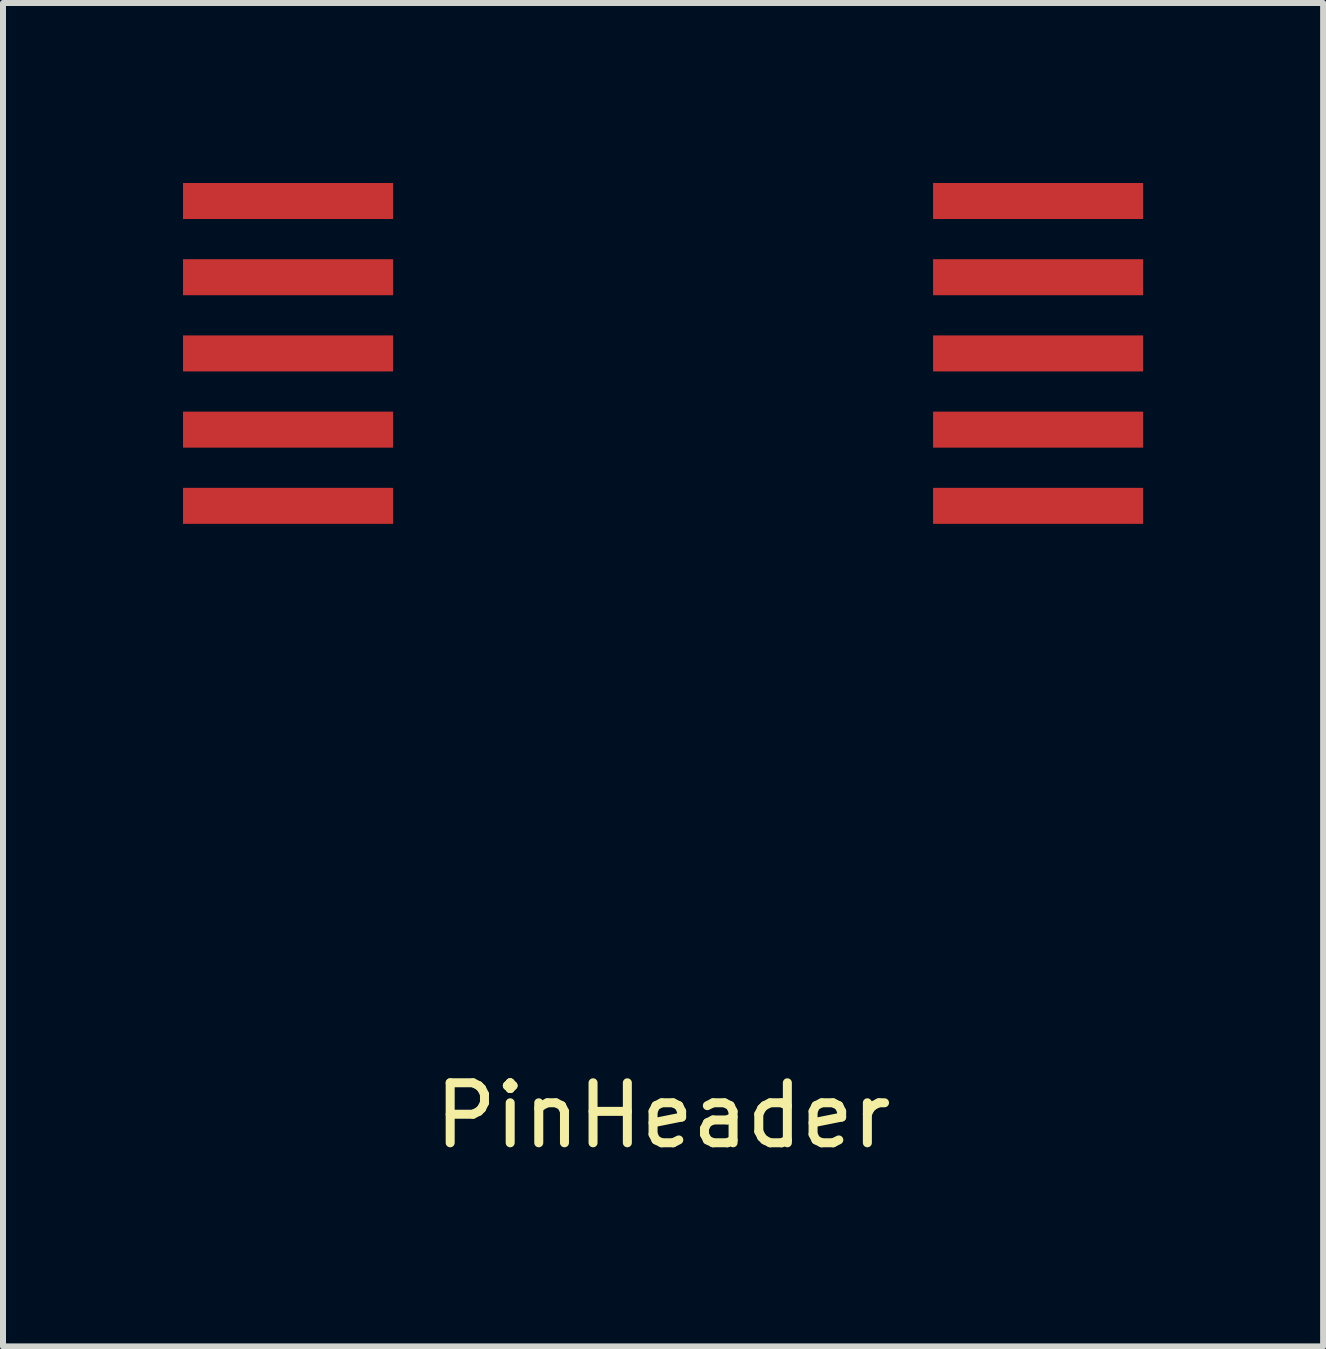
<source format=kicad_pcb>
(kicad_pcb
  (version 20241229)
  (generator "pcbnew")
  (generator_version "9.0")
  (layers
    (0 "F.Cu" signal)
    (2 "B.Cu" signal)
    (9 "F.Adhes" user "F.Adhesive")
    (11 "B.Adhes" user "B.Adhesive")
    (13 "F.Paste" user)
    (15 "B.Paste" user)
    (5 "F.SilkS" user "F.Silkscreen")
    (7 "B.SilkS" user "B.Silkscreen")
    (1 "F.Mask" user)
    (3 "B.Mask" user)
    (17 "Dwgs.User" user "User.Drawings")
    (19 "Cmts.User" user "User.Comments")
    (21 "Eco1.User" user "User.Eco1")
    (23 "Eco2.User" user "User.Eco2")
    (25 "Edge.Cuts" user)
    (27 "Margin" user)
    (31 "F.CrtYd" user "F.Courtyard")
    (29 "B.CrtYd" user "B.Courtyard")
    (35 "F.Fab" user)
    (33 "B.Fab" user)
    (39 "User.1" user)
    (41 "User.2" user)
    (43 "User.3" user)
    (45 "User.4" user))
  (footprint "PinHeader"
    (layer "F.Cu")
    (at 8 2.84)
    (property "Reference" "PinHeader" (at 0 12.7 0) (layer "F.SilkS") (effects (font (size 1 1) (thickness 0.15))))
    (attr through_hole)
    (pad "1" smd rect (at -6.25 -2.54) (size 3.5 0.6) (layers "F.Cu" "F.Mask" "F.Paste"))
    (pad "2" smd rect (at -6.25 -1.27) (size 3.5 0.6) (layers "F.Cu" "F.Mask" "F.Paste"))
    (pad "3" smd rect (at -6.25 0) (size 3.5 0.6) (layers "F.Cu" "F.Mask" "F.Paste"))
    (pad "4" smd rect (at -6.25 1.27) (size 3.5 0.6) (layers "F.Cu" "F.Mask" "F.Paste"))
    (pad "5" smd rect (at -6.25 2.54) (size 3.5 0.6) (layers "F.Cu" "F.Mask" "F.Paste"))
    (pad "6" smd rect (at 6.25 2.54) (size 3.5 0.6) (layers "F.Cu" "F.Mask" "F.Paste"))
    (pad "7" smd rect (at 6.25 1.27) (size 3.5 0.6) (layers "F.Cu" "F.Mask" "F.Paste"))
    (pad "8" smd rect (at 6.25 0) (size 3.5 0.6) (layers "F.Cu" "F.Mask" "F.Paste"))
    (pad "9" smd rect (at 6.25 -1.27) (size 3.5 0.6) (layers "F.Cu" "F.Mask" "F.Paste"))
    (pad "10" smd rect (at 6.25 -2.54) (size 3.5 0.6) (layers "F.Cu" "F.Mask" "F.Paste")))
  (gr_rect
    (start -3 -3)
    (end 19 19.388)
    (stroke (width 0.1) (type default))
    (fill no)
    (layer "Edge.Cuts")))
</source>
